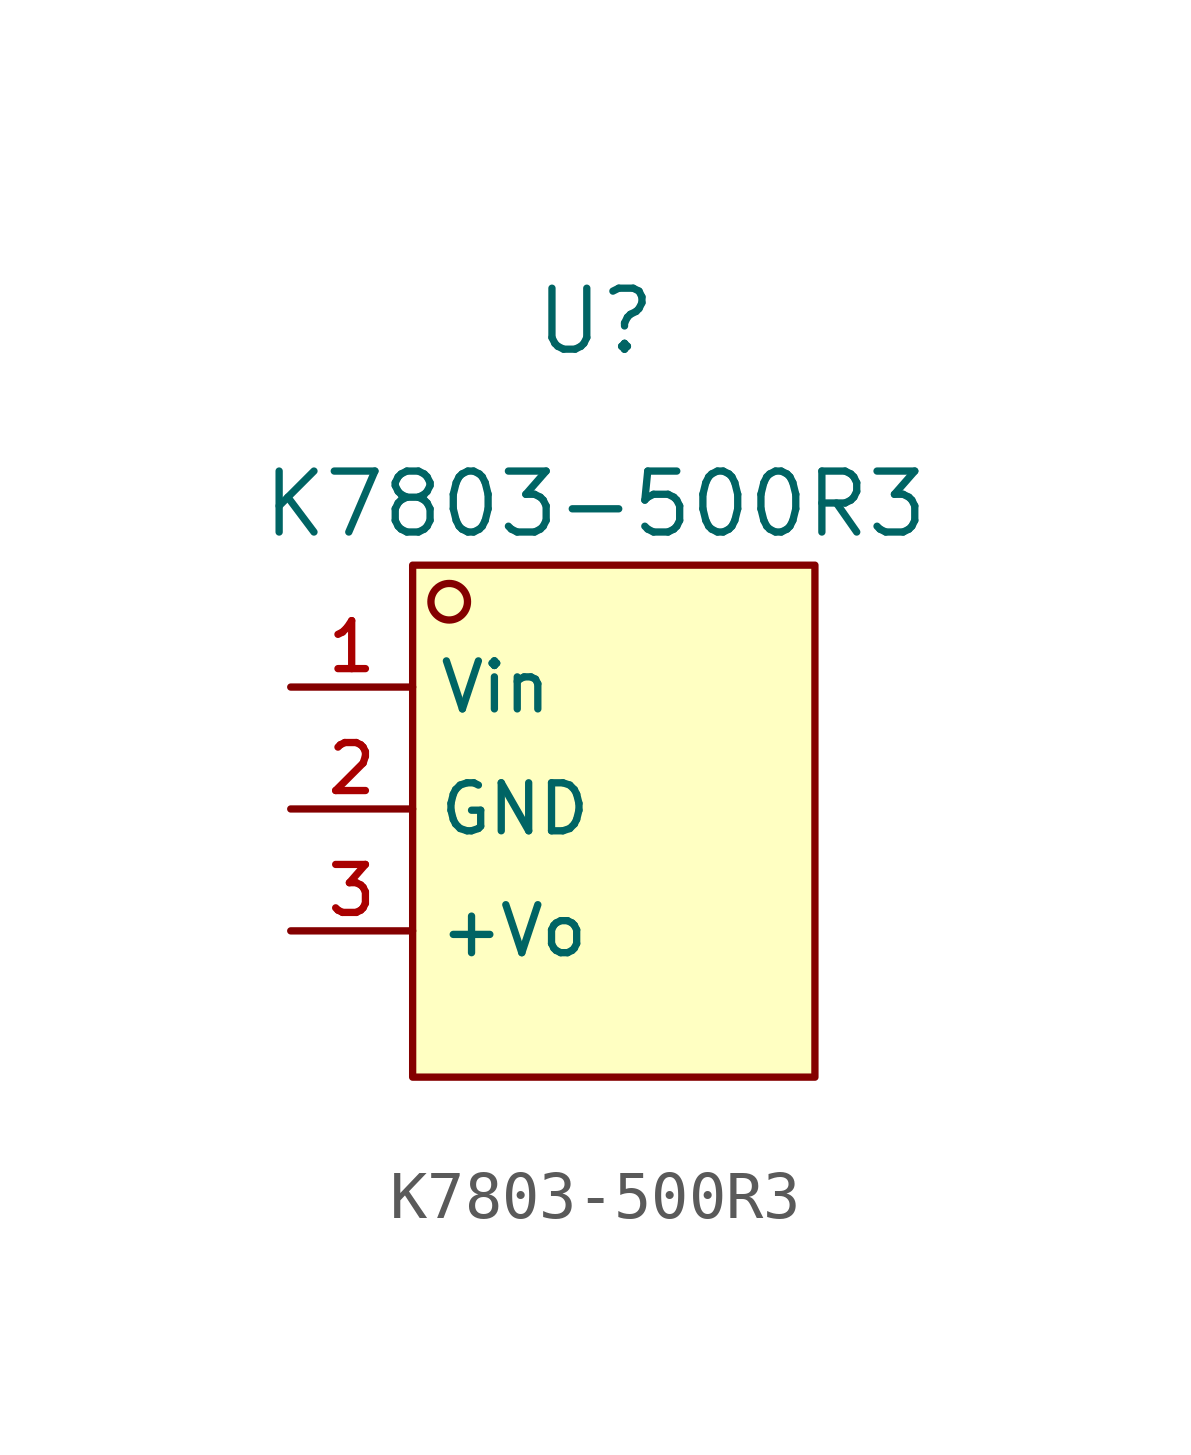
<source format=kicad_sym>
(kicad_symbol_lib
  (version 20211014)
  (generator kicad_symbol_editor)
  (symbol "K7803-500R3"
    (property "Reference" "U"
      (at 0 1.27 0)
      (effects (font (size 1.27 1.27))))
    (property "Value" "K7803-500R3"
      (at 0 -2.54 0)
      (effects (font (size 1.27 1.27))))
    (symbol "K7803-500R3_0_0"
      (rectangle (start -3.81 -3.81) (end 4.572 -14.478) (stroke (width 0) (type default) (color 0 0 0 0)) (fill (type background)))
      (circle (center -3.048 -4.572) (radius 0.381) (stroke (width 0) (type default) (color 0 0 0 0)) (fill (type background)))
      (pin power_in line (at -6.35 -6.35 0) (length 2.54) (name "Vin" (effects (font (size 1 1)))) (number "1" (effects (font (size 1 1)))))
      (pin power_in line (at -6.35 -8.89 0) (length 2.54) (name "GND" (effects (font (size 1 1)))) (number "2" (effects (font (size 1 1)))))
      (pin power_out line (at -6.35 -11.43 0) (length 2.54) (name "+Vo" (effects (font (size 1 1)))) (number "3" (effects (font (size 1 1))))))))
</source>
